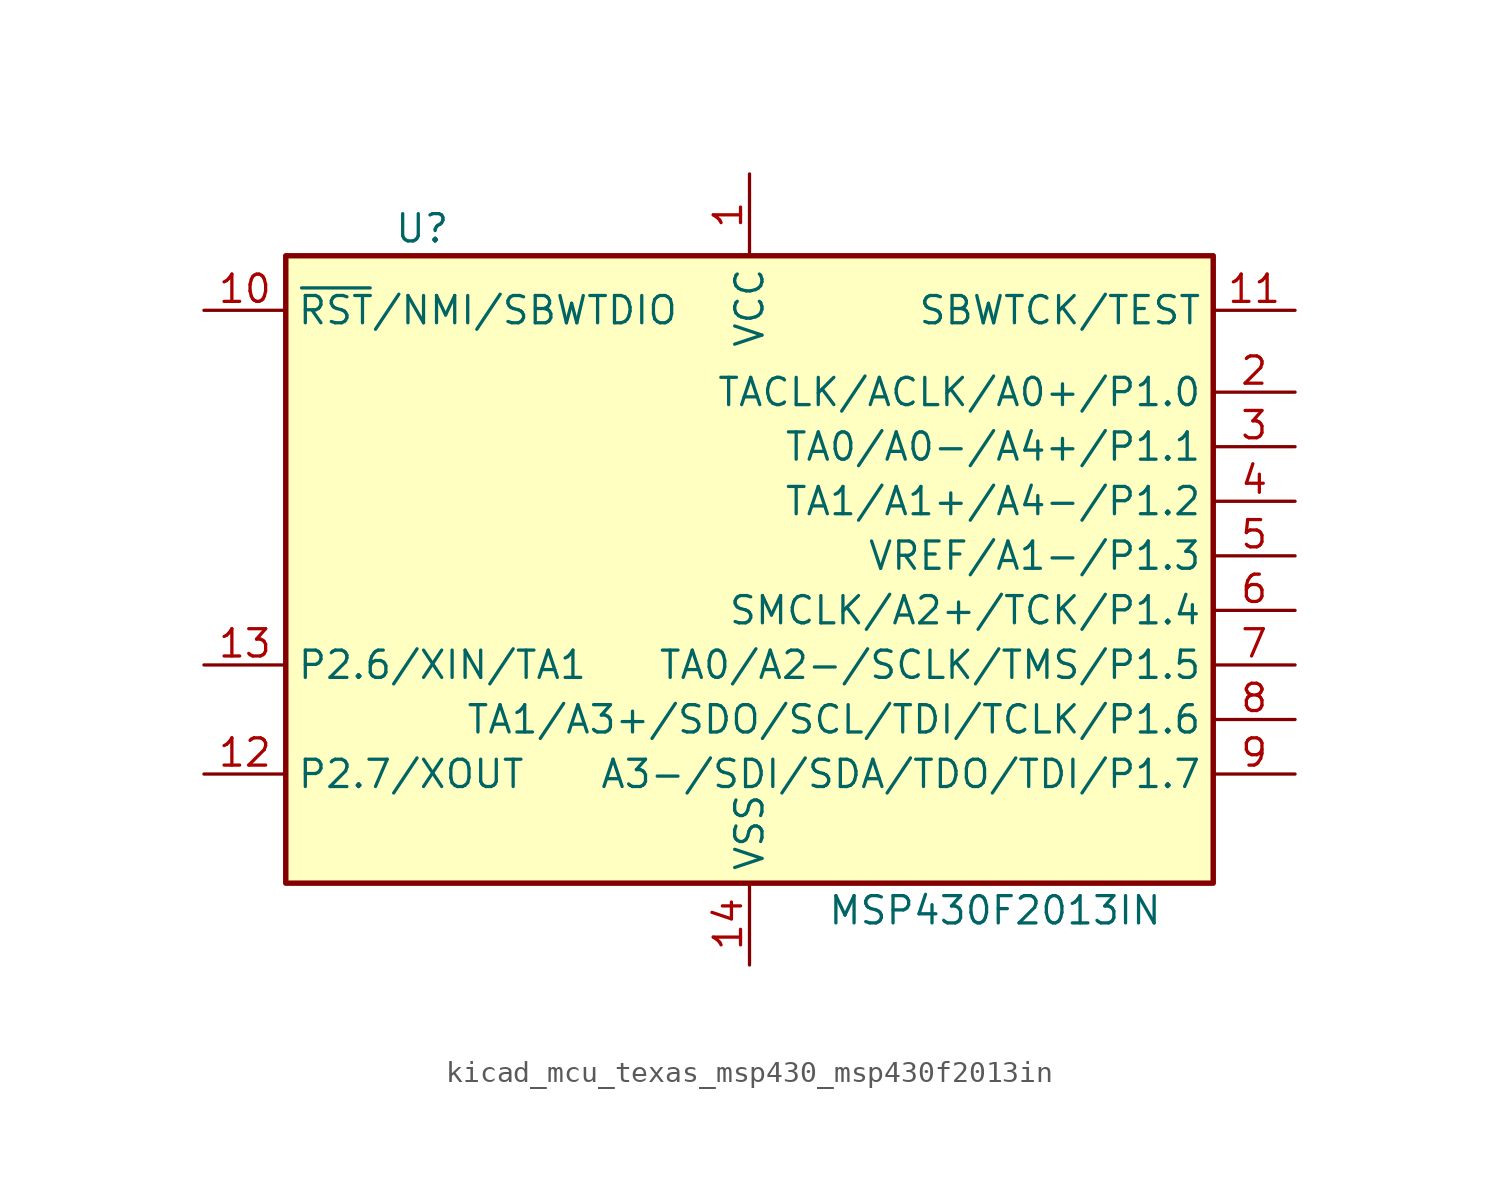
<source format=kicad_sym>
(kicad_symbol_lib
  (version 20220914)
  (generator kicad_symbol_editor)
  (symbol "kicad_mcu_texas_msp430_msp430f2013in"
    (property "Reference" "U"
      (at -15.24 15.24 0)
      (effects (font (size 1.27 1.27))))
    (property "Value" "MSP430F2013IN"
      (at 11.43 -16.51 0)
      (effects (font (size 1.27 1.27))))
    (symbol "kicad_mcu_texas_msp430_msp430f2013in_0_1"
      (rectangle (start -21.59 13.97) (end 21.59 -15.24) (stroke (width 0.254) (type default)) (fill (type background))))
    (symbol "kicad_mcu_texas_msp430_msp430f2013in_1_1"
      (pin power_in line (at 0 17.78 270) (length 3.81) (name "VCC" (effects (font (size 1.27 1.27)))) (number "1" (effects (font (size 1.27 1.27)))))
      (pin input line (at -25.4 11.43 0) (length 3.81) (name "~{RST}/NMI/SBWTDIO" (effects (font (size 1.27 1.27)))) (number "10" (effects (font (size 1.27 1.27)))))
      (pin input line (at 25.4 11.43 180) (length 3.81) (name "SBWTCK/TEST" (effects (font (size 1.27 1.27)))) (number "11" (effects (font (size 1.27 1.27)))))
      (pin bidirectional line (at -25.4 -10.16 0) (length 3.81) (name "P2.7/XOUT" (effects (font (size 1.27 1.27)))) (number "12" (effects (font (size 1.27 1.27)))))
      (pin bidirectional line (at -25.4 -5.08 0) (length 3.81) (name "P2.6/XIN/TA1" (effects (font (size 1.27 1.27)))) (number "13" (effects (font (size 1.27 1.27)))))
      (pin power_in line (at 0 -19.05 90) (length 3.81) (name "VSS" (effects (font (size 1.27 1.27)))) (number "14" (effects (font (size 1.27 1.27)))))
      (pin bidirectional line (at 25.4 7.62 180) (length 3.81) (name "TACLK/ACLK/A0+/P1.0" (effects (font (size 1.27 1.27)))) (number "2" (effects (font (size 1.27 1.27)))))
      (pin bidirectional line (at 25.4 5.08 180) (length 3.81) (name "TA0/A0-/A4+/P1.1" (effects (font (size 1.27 1.27)))) (number "3" (effects (font (size 1.27 1.27)))))
      (pin bidirectional line (at 25.4 2.54 180) (length 3.81) (name "TA1/A1+/A4-/P1.2" (effects (font (size 1.27 1.27)))) (number "4" (effects (font (size 1.27 1.27)))))
      (pin bidirectional line (at 25.4 0 180) (length 3.81) (name "VREF/A1-/P1.3" (effects (font (size 1.27 1.27)))) (number "5" (effects (font (size 1.27 1.27)))))
      (pin bidirectional line (at 25.4 -2.54 180) (length 3.81) (name "SMCLK/A2+/TCK/P1.4" (effects (font (size 1.27 1.27)))) (number "6" (effects (font (size 1.27 1.27)))))
      (pin bidirectional line (at 25.4 -5.08 180) (length 3.81) (name "TA0/A2-/SCLK/TMS/P1.5" (effects (font (size 1.27 1.27)))) (number "7" (effects (font (size 1.27 1.27)))))
      (pin bidirectional line (at 25.4 -7.62 180) (length 3.81) (name "TA1/A3+/SDO/SCL/TDI/TCLK/P1.6" (effects (font (size 1.27 1.27)))) (number "8" (effects (font (size 1.27 1.27)))))
      (pin bidirectional line (at 25.4 -10.16 180) (length 3.81) (name "A3-/SDI/SDA/TDO/TDI/P1.7" (effects (font (size 1.27 1.27)))) (number "9" (effects (font (size 1.27 1.27))))))))
</source>
